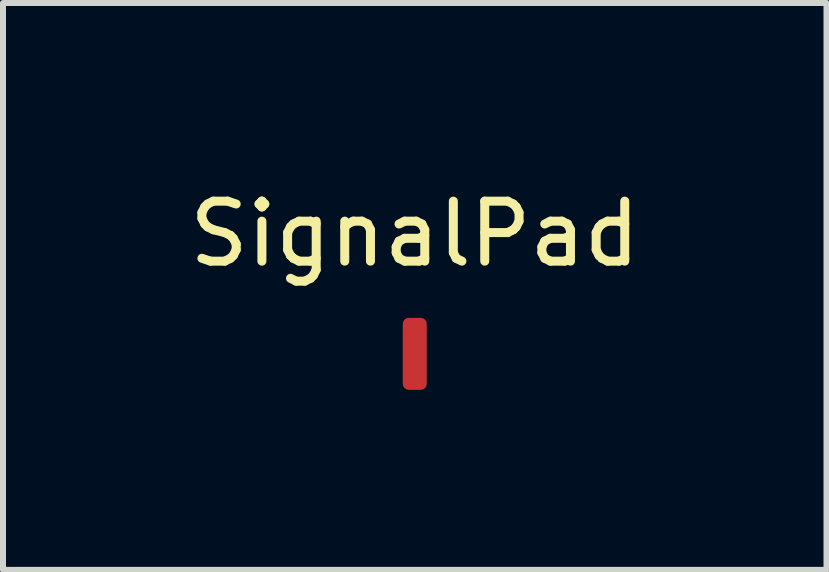
<source format=kicad_pcb>
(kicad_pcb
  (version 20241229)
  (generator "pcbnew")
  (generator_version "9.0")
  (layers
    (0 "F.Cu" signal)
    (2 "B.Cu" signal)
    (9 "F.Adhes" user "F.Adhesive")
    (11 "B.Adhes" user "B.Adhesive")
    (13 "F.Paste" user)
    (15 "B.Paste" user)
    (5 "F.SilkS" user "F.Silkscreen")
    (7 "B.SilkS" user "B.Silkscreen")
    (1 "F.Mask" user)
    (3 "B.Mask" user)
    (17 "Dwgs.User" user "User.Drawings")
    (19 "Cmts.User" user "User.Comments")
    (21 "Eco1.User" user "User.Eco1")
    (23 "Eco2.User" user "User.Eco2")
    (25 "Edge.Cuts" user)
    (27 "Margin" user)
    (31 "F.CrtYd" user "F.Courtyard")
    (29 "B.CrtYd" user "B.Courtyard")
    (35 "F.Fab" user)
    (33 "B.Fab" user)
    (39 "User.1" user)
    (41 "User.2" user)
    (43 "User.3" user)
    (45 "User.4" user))
  (footprint "SignalPad"
    (layer "F.Cu")
    (at 3.863 2.848)
    (property "Reference" "SignalPad" (at 0 -2 0) (unlocked yes) (layer "F.SilkS") (effects (font (size 1 1) (thickness 0.15))))
    (attr smd)
    (pad "1" smd roundrect (at 0 0) (size 0.4 1.2) (layers "F.Cu" "F.Mask") (roundrect_rratio 0.25)))
  (gr_rect
    (start -3 -3)
    (end 10.726 6.448)
    (stroke (width 0.1) (type default))
    (fill no)
    (layer "Edge.Cuts")))
</source>
